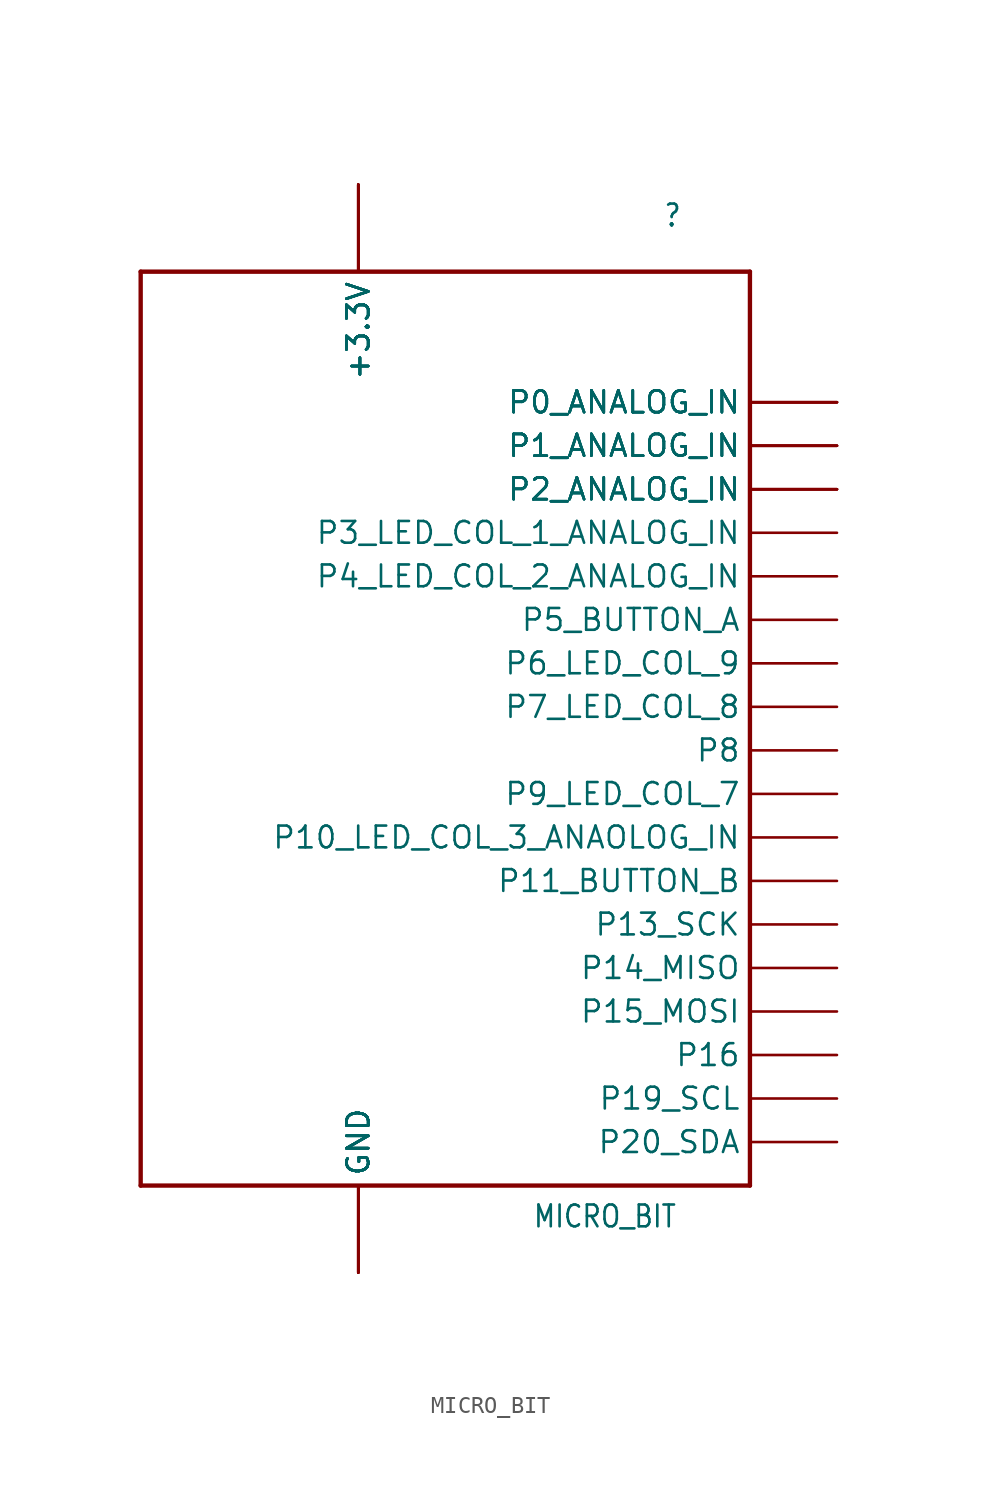
<source format=kicad_sym>
(kicad_symbol_lib
  (version 20211014)
  (generator kicad_symbol_editor)
  (symbol "MICRO_BIT"
    (property "Reference" ""
      (at -7.62 27.94 0)
      (effects (font (size 1.27 1.079)) (justify left bottom)))
    (property "Value" "MICRO_BIT"
      (at -15.24 -30.48 0)
      (effects (font (size 1.27 1.079)) (justify left bottom)))
    (property "ki_locked" ""
      (at 0 0 0)
      (effects (font (size 1.27 1.27))))
    (symbol "MICRO_BIT_1_0"
      (polyline (pts (xy -38.1 -27.94) (xy -38.1 25.4)) (stroke (width 0.254) (type default) (color 0 0 0 0)) (fill (type none)))
      (polyline (pts (xy -38.1 25.4) (xy -2.54 25.4)) (stroke (width 0.254) (type default) (color 0 0 0 0)) (fill (type none)))
      (polyline (pts (xy -2.54 -27.94) (xy -38.1 -27.94)) (stroke (width 0.254) (type default) (color 0 0 0 0)) (fill (type none)))
      (polyline (pts (xy -2.54 25.4) (xy -2.54 -27.94)) (stroke (width 0.254) (type default) (color 0 0 0 0)) (fill (type none)))
      (pin bidirectional line (at -25.4 30.48 270) (length 5.08) (name "+3.3V" (effects (font (size 1.27 1.27)))) (number "3.3V@10" (effects (font (size 0 0)))))
      (pin bidirectional line (at -25.4 30.48 270) (length 5.08) (name "+3.3V" (effects (font (size 1.27 1.27)))) (number "3.3V@11" (effects (font (size 0 0)))))
      (pin bidirectional line (at -25.4 30.48 270) (length 5.08) (name "+3.3V" (effects (font (size 1.27 1.27)))) (number "3.3V@12" (effects (font (size 0 0)))))
      (pin bidirectional line (at -25.4 30.48 270) (length 5.08) (name "+3.3V" (effects (font (size 1.27 1.27)))) (number "3.3V@13" (effects (font (size 0 0)))))
      (pin bidirectional line (at -25.4 30.48 270) (length 5.08) (name "+3.3V" (effects (font (size 1.27 1.27)))) (number "3.3V@14" (effects (font (size 0 0)))))
      (pin bidirectional line (at -25.4 30.48 270) (length 5.08) (name "+3.3V" (effects (font (size 1.27 1.27)))) (number "3.3V@9" (effects (font (size 0 0)))))
      (pin bidirectional line (at -25.4 -33.02 90) (length 5.08) (name "GND" (effects (font (size 1.27 1.27)))) (number "GND@1" (effects (font (size 0 0)))))
      (pin bidirectional line (at -25.4 -33.02 90) (length 5.08) (name "GND" (effects (font (size 1.27 1.27)))) (number "GND@2" (effects (font (size 0 0)))))
      (pin bidirectional line (at -25.4 -33.02 90) (length 5.08) (name "GND" (effects (font (size 1.27 1.27)))) (number "GND@3" (effects (font (size 0 0)))))
      (pin bidirectional line (at -25.4 -33.02 90) (length 5.08) (name "GND" (effects (font (size 1.27 1.27)))) (number "GND@4" (effects (font (size 0 0)))))
      (pin bidirectional line (at -25.4 -33.02 90) (length 5.08) (name "GND" (effects (font (size 1.27 1.27)))) (number "GND@5" (effects (font (size 0 0)))))
      (pin bidirectional line (at -25.4 -33.02 90) (length 5.08) (name "GND" (effects (font (size 1.27 1.27)))) (number "GND@6" (effects (font (size 0 0)))))
      (pin bidirectional line (at 2.54 17.78 180) (length 5.08) (name "P0_ANALOG_IN" (effects (font (size 1.27 1.27)))) (number "P0_ANALOG_IN@36" (effects (font (size 0 0)))))
      (pin bidirectional line (at 2.54 17.78 180) (length 5.08) (name "P0_ANALOG_IN" (effects (font (size 1.27 1.27)))) (number "P0_ANALOG_IN@37" (effects (font (size 0 0)))))
      (pin bidirectional line (at 2.54 17.78 180) (length 5.08) (name "P0_ANALOG_IN" (effects (font (size 1.27 1.27)))) (number "P0_ANALOG_IN@38" (effects (font (size 0 0)))))
      (pin bidirectional line (at 2.54 17.78 180) (length 5.08) (name "P0_ANALOG_IN" (effects (font (size 1.27 1.27)))) (number "P0_ANALOG_IN@39" (effects (font (size 0 0)))))
      (pin bidirectional line (at 2.54 -7.62 180) (length 5.08) (name "P10_LED_COL_3_ANAOLOG_IN" (effects (font (size 1.27 1.27)))) (number "P10_LED_COL_3_ANALOG_IN" (effects (font (size 0 0)))))
      (pin bidirectional line (at 2.54 -10.16 180) (length 5.08) (name "P11_BUTTON_B" (effects (font (size 1.27 1.27)))) (number "P11_BUTTON_B" (effects (font (size 0 0)))))
      (pin bidirectional line (at 2.54 -12.7 180) (length 5.08) (name "P13_SCK" (effects (font (size 1.27 1.27)))) (number "P13_SCK" (effects (font (size 0 0)))))
      (pin bidirectional line (at 2.54 -15.24 180) (length 5.08) (name "P14_MISO" (effects (font (size 1.27 1.27)))) (number "P14_MISO" (effects (font (size 0 0)))))
      (pin bidirectional line (at 2.54 -17.78 180) (length 5.08) (name "P15_MOSI" (effects (font (size 1.27 1.27)))) (number "P15_MOSI" (effects (font (size 0 0)))))
      (pin bidirectional line (at 2.54 -20.32 180) (length 5.08) (name "P16" (effects (font (size 1.27 1.27)))) (number "P16" (effects (font (size 0 0)))))
      (pin bidirectional line (at 2.54 15.24 180) (length 5.08) (name "P1_ANALOG_IN" (effects (font (size 1.27 1.27)))) (number "P1_ANALOG_IN@28" (effects (font (size 0 0)))))
      (pin bidirectional line (at 2.54 15.24 180) (length 5.08) (name "P1_ANALOG_IN" (effects (font (size 1.27 1.27)))) (number "P1_ANALOG_IN@29" (effects (font (size 0 0)))))
      (pin bidirectional line (at 2.54 15.24 180) (length 5.08) (name "P1_ANALOG_IN" (effects (font (size 1.27 1.27)))) (number "P1_ANALOG_IN@30" (effects (font (size 0 0)))))
      (pin bidirectional line (at 2.54 15.24 180) (length 5.08) (name "P1_ANALOG_IN" (effects (font (size 1.27 1.27)))) (number "P1_ANALOG_IN@31" (effects (font (size 0 0)))))
      (pin bidirectional line (at 2.54 -25.4 180) (length 5.08) (name "P20_SDA" (effects (font (size 1.27 1.27)))) (number "P20_SDA" (effects (font (size 0 0)))))
      (pin bidirectional line (at 2.54 -22.86 180) (length 5.08) (name "P19_SCL" (effects (font (size 1.27 1.27)))) (number "P21_SCL" (effects (font (size 0 0)))))
      (pin bidirectional line (at 2.54 12.7 180) (length 5.08) (name "P2_ANALOG_IN" (effects (font (size 1.27 1.27)))) (number "P2_ANALOG_IN@19" (effects (font (size 0 0)))))
      (pin bidirectional line (at 2.54 12.7 180) (length 5.08) (name "P2_ANALOG_IN" (effects (font (size 1.27 1.27)))) (number "P2_ANALOG_IN@20" (effects (font (size 0 0)))))
      (pin bidirectional line (at 2.54 12.7 180) (length 5.08) (name "P2_ANALOG_IN" (effects (font (size 1.27 1.27)))) (number "P2_ANALOG_IN@21" (effects (font (size 0 0)))))
      (pin bidirectional line (at 2.54 12.7 180) (length 5.08) (name "P2_ANALOG_IN" (effects (font (size 1.27 1.27)))) (number "P2_ANALOG_IN@22" (effects (font (size 0 0)))))
      (pin bidirectional line (at 2.54 10.16 180) (length 5.08) (name "P3_LED_COL_1_ANALOG_IN" (effects (font (size 1.27 1.27)))) (number "P3_LED_COL_1_ANALOG_IN" (effects (font (size 0 0)))))
      (pin bidirectional line (at 2.54 7.62 180) (length 5.08) (name "P4_LED_COL_2_ANALOG_IN" (effects (font (size 1.27 1.27)))) (number "P4_LED_COL_2_ANALOG_IN" (effects (font (size 0 0)))))
      (pin bidirectional line (at 2.54 5.08 180) (length 5.08) (name "P5_BUTTON_A" (effects (font (size 1.27 1.27)))) (number "P5_BUTTON_A" (effects (font (size 0 0)))))
      (pin bidirectional line (at 2.54 2.54 180) (length 5.08) (name "P6_LED_COL_9" (effects (font (size 1.27 1.27)))) (number "P6_LED_COL_9" (effects (font (size 0 0)))))
      (pin bidirectional line (at 2.54 0 180) (length 5.08) (name "P7_LED_COL_8" (effects (font (size 1.27 1.27)))) (number "P7_LED_COL8" (effects (font (size 0 0)))))
      (pin bidirectional line (at 2.54 -2.54 180) (length 5.08) (name "P8" (effects (font (size 1.27 1.27)))) (number "P8" (effects (font (size 0 0)))))
      (pin bidirectional line (at 2.54 -5.08 180) (length 5.08) (name "P9_LED_COL_7" (effects (font (size 1.27 1.27)))) (number "P9_LED_COL_7" (effects (font (size 0 0))))))))
</source>
